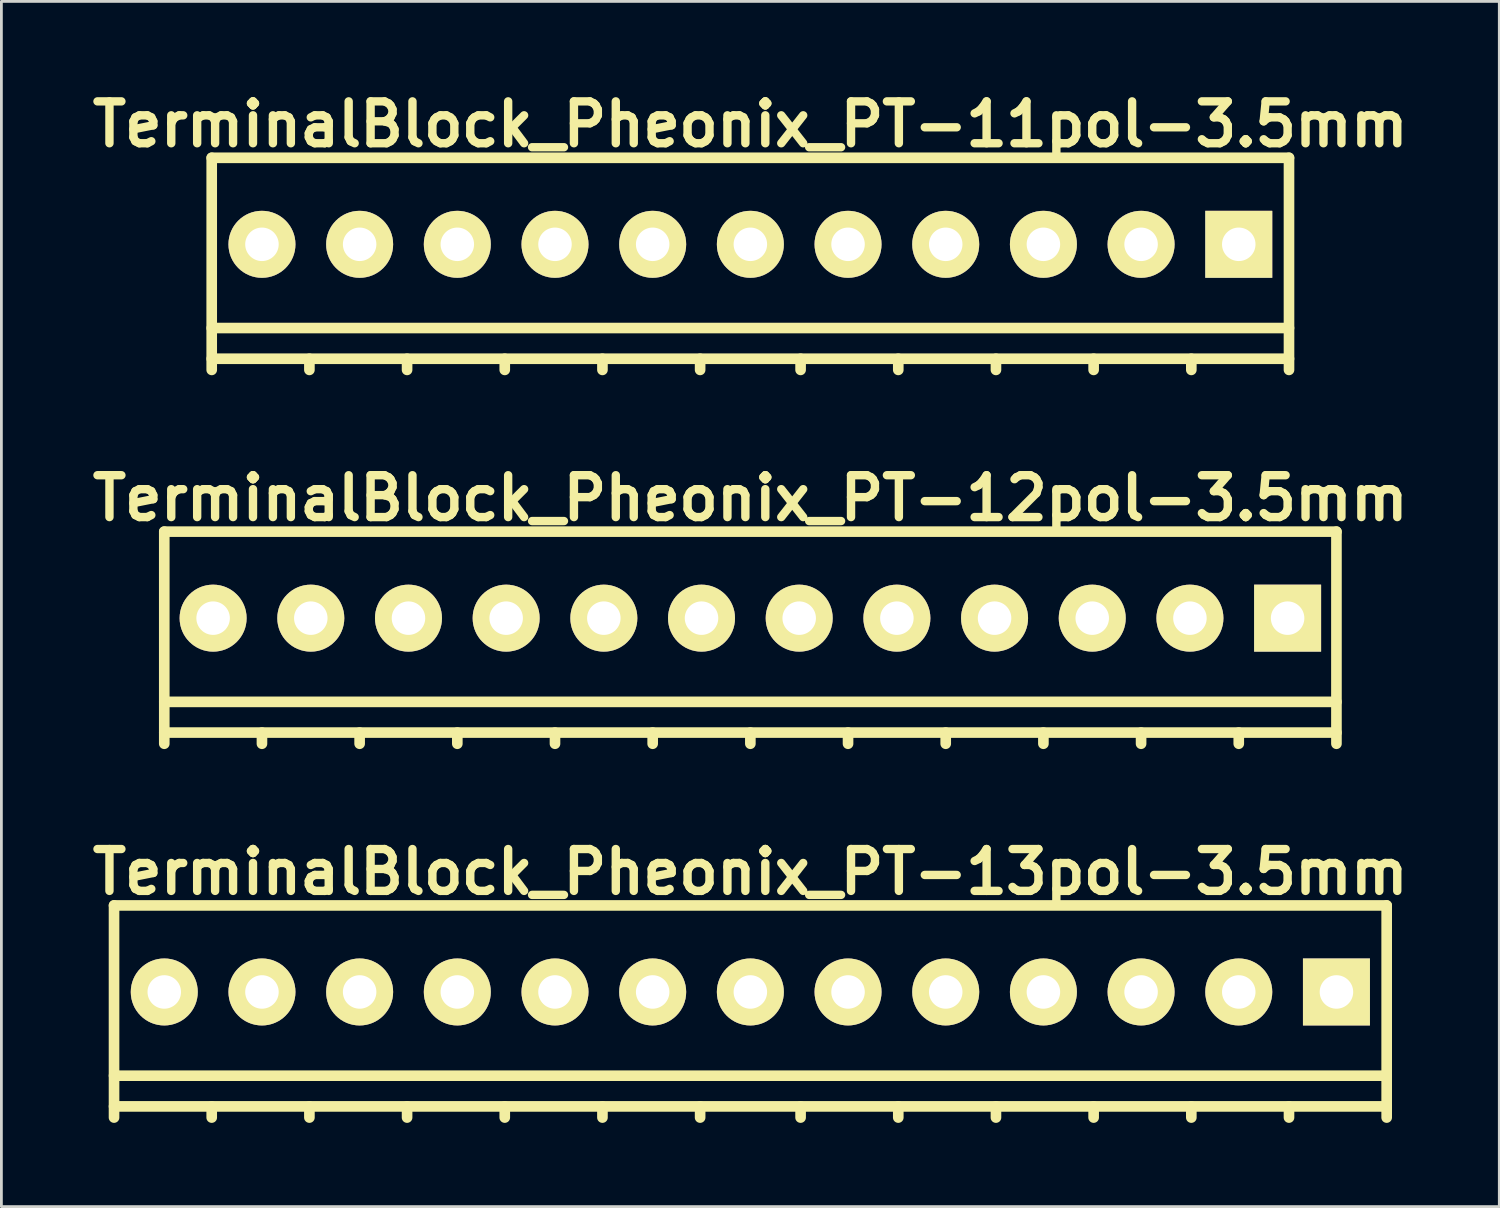
<source format=kicad_pcb>
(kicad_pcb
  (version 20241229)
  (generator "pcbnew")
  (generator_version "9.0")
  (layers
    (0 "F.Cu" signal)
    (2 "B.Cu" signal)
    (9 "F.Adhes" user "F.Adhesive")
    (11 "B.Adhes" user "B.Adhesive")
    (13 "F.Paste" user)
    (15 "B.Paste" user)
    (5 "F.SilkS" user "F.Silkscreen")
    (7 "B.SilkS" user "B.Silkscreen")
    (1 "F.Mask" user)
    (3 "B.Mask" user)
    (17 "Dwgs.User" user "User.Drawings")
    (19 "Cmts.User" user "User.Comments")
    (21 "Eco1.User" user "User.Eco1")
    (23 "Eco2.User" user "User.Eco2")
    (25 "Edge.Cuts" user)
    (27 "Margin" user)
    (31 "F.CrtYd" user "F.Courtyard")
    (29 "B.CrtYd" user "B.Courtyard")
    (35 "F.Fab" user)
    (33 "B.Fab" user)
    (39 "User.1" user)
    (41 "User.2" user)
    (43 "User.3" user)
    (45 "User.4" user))
  (footprint "TerminalBlock_Pheonix_PT-13pol-3.5mm"
    (layer "F.Cu")
    (at 23.836 33.193)
    (property "Reference" "TerminalBlock_Pheonix_PT-13pol-3.5mm" (at 0 -5 0) (layer "F.SilkS") (effects (font (size 1.5 1.5) (thickness 0.3))))
    (attr through_hole)
    (fp_line (start -22.8 -3.8) (end -22.8 3.8) (stroke (width 0.381) (type solid)) (layer "F.SilkS"))
    (fp_line (start -22.8 2.3) (end 22.8 2.3) (stroke (width 0.381) (type solid)) (layer "F.SilkS"))
    (fp_line (start -22.8 3.4) (end 22.8 3.4) (stroke (width 0.381) (type solid)) (layer "F.SilkS"))
    (fp_line (start -19.3 3.4) (end -19.3 3.8) (stroke (width 0.381) (type solid)) (layer "F.SilkS"))
    (fp_line (start -15.8 3.4) (end -15.8 3.8) (stroke (width 0.381) (type solid)) (layer "F.SilkS"))
    (fp_line (start -12.3 3.4) (end -12.3 3.8) (stroke (width 0.381) (type solid)) (layer "F.SilkS"))
    (fp_line (start -8.8 3.4) (end -8.8 3.8) (stroke (width 0.381) (type solid)) (layer "F.SilkS"))
    (fp_line (start -5.3 3.4) (end -5.3 3.8) (stroke (width 0.381) (type solid)) (layer "F.SilkS"))
    (fp_line (start -1.8 3.4) (end -1.8 3.8) (stroke (width 0.381) (type solid)) (layer "F.SilkS"))
    (fp_line (start 1.8 3.4) (end 1.8 3.8) (stroke (width 0.381) (type solid)) (layer "F.SilkS"))
    (fp_line (start 5.3 3.4) (end 5.3 3.8) (stroke (width 0.381) (type solid)) (layer "F.SilkS"))
    (fp_line (start 8.8 3.4) (end 8.8 3.8) (stroke (width 0.381) (type solid)) (layer "F.SilkS"))
    (fp_line (start 12.3 3.4) (end 12.3 3.8) (stroke (width 0.381) (type solid)) (layer "F.SilkS"))
    (fp_line (start 15.8 3.4) (end 15.8 3.8) (stroke (width 0.381) (type solid)) (layer "F.SilkS"))
    (fp_line (start 19.3 3.4) (end 19.3 3.8) (stroke (width 0.381) (type solid)) (layer "F.SilkS"))
    (fp_line (start 22.8 -3.8) (end -22.8 -3.8) (stroke (width 0.381) (type solid)) (layer "F.SilkS"))
    (fp_line (start 22.8 3.8) (end 22.8 -3.8) (stroke (width 0.381) (type solid)) (layer "F.SilkS"))
    (pad "1" thru_hole rect (at 21 -0.7) (size 2.4 2.4) (drill 1.2) (layers "*.Cu" "*.Mask" "F.SilkS"))
    (pad "2" thru_hole circle (at 17.5 -0.7) (size 2.4 2.4) (drill 1.2) (layers "*.Cu" "*.Mask" "F.SilkS"))
    (pad "3" thru_hole circle (at 14 -0.7) (size 2.4 2.4) (drill 1.2) (layers "*.Cu" "*.Mask" "F.SilkS"))
    (pad "4" thru_hole circle (at 10.5 -0.7) (size 2.4 2.4) (drill 1.2) (layers "*.Cu" "*.Mask" "F.SilkS"))
    (pad "5" thru_hole circle (at 7 -0.7) (size 2.4 2.4) (drill 1.2) (layers "*.Cu" "*.Mask" "F.SilkS"))
    (pad "6" thru_hole circle (at 3.5 -0.7) (size 2.4 2.4) (drill 1.2) (layers "*.Cu" "*.Mask" "F.SilkS"))
    (pad "7" thru_hole circle (at 0 -0.7) (size 2.4 2.4) (drill 1.2) (layers "*.Cu" "*.Mask" "F.SilkS"))
    (pad "8" thru_hole circle (at -3.5 -0.7) (size 2.4 2.4) (drill 1.2) (layers "*.Cu" "*.Mask" "F.SilkS"))
    (pad "9" thru_hole circle (at -7 -0.7) (size 2.4 2.4) (drill 1.2) (layers "*.Cu" "*.Mask" "F.SilkS"))
    (pad "10" thru_hole circle (at -10.5 -0.7) (size 2.4 2.4) (drill 1.2) (layers "*.Cu" "*.Mask" "F.SilkS"))
    (pad "11" thru_hole circle (at -14 -0.7) (size 2.4 2.4) (drill 1.2) (layers "*.Cu" "*.Mask" "F.SilkS"))
    (pad "12" thru_hole circle (at -17.5 -0.7) (size 2.4 2.4) (drill 1.2) (layers "*.Cu" "*.Mask" "F.SilkS"))
    (pad "13" thru_hole circle (at -21 -0.7) (size 2.4 2.4) (drill 1.2) (layers "*.Cu" "*.Mask" "F.SilkS")))
  (footprint "TerminalBlock_Pheonix_PT-11pol-3.5mm"
    (layer "F.Cu")
    (at 23.836 6.404)
    (property "Reference" "TerminalBlock_Pheonix_PT-11pol-3.5mm" (at 0 -5 0) (layer "F.SilkS") (effects (font (size 1.5 1.5) (thickness 0.3))))
    (attr through_hole)
    (fp_line (start -19.3 -3.8) (end -19.3 3.8) (stroke (width 0.381) (type solid)) (layer "F.SilkS"))
    (fp_line (start -19.3 2.3) (end 19.3 2.3) (stroke (width 0.381) (type solid)) (layer "F.SilkS"))
    (fp_line (start -19.3 3.4) (end 19.3 3.4) (stroke (width 0.381) (type solid)) (layer "F.SilkS"))
    (fp_line (start -15.8 3.4) (end -15.8 3.8) (stroke (width 0.381) (type solid)) (layer "F.SilkS"))
    (fp_line (start -12.3 3.4) (end -12.3 3.8) (stroke (width 0.381) (type solid)) (layer "F.SilkS"))
    (fp_line (start -8.8 3.4) (end -8.8 3.8) (stroke (width 0.381) (type solid)) (layer "F.SilkS"))
    (fp_line (start -5.3 3.4) (end -5.3 3.8) (stroke (width 0.381) (type solid)) (layer "F.SilkS"))
    (fp_line (start -1.8 3.4) (end -1.8 3.8) (stroke (width 0.381) (type solid)) (layer "F.SilkS"))
    (fp_line (start 1.8 3.4) (end 1.8 3.8) (stroke (width 0.381) (type solid)) (layer "F.SilkS"))
    (fp_line (start 5.3 3.4) (end 5.3 3.8) (stroke (width 0.381) (type solid)) (layer "F.SilkS"))
    (fp_line (start 8.8 3.4) (end 8.8 3.8) (stroke (width 0.381) (type solid)) (layer "F.SilkS"))
    (fp_line (start 12.3 3.4) (end 12.3 3.8) (stroke (width 0.381) (type solid)) (layer "F.SilkS"))
    (fp_line (start 15.8 3.4) (end 15.8 3.8) (stroke (width 0.381) (type solid)) (layer "F.SilkS"))
    (fp_line (start 19.3 -3.8) (end -19.3 -3.8) (stroke (width 0.381) (type solid)) (layer "F.SilkS"))
    (fp_line (start 19.3 3.8) (end 19.3 -3.8) (stroke (width 0.381) (type solid)) (layer "F.SilkS"))
    (pad "1" thru_hole rect (at 17.5 -0.7) (size 2.4 2.4) (drill 1.2) (layers "*.Cu" "*.Mask" "F.SilkS"))
    (pad "2" thru_hole circle (at 14 -0.7) (size 2.4 2.4) (drill 1.2) (layers "*.Cu" "*.Mask" "F.SilkS"))
    (pad "3" thru_hole circle (at 10.5 -0.7) (size 2.4 2.4) (drill 1.2) (layers "*.Cu" "*.Mask" "F.SilkS"))
    (pad "4" thru_hole circle (at 7 -0.7) (size 2.4 2.4) (drill 1.2) (layers "*.Cu" "*.Mask" "F.SilkS"))
    (pad "5" thru_hole circle (at 3.5 -0.7) (size 2.4 2.4) (drill 1.2) (layers "*.Cu" "*.Mask" "F.SilkS"))
    (pad "6" thru_hole circle (at 0 -0.7) (size 2.4 2.4) (drill 1.2) (layers "*.Cu" "*.Mask" "F.SilkS"))
    (pad "7" thru_hole circle (at -3.5 -0.7) (size 2.4 2.4) (drill 1.2) (layers "*.Cu" "*.Mask" "F.SilkS"))
    (pad "8" thru_hole circle (at -7 -0.7) (size 2.4 2.4) (drill 1.2) (layers "*.Cu" "*.Mask" "F.SilkS"))
    (pad "9" thru_hole circle (at -10.5 -0.7) (size 2.4 2.4) (drill 1.2) (layers "*.Cu" "*.Mask" "F.SilkS"))
    (pad "10" thru_hole circle (at -14 -0.7) (size 2.4 2.4) (drill 1.2) (layers "*.Cu" "*.Mask" "F.SilkS"))
    (pad "11" thru_hole circle (at -17.5 -0.7) (size 2.4 2.4) (drill 1.2) (layers "*.Cu" "*.Mask" "F.SilkS")))
  (footprint "TerminalBlock_Pheonix_PT-12pol-3.5mm"
    (layer "F.Cu")
    (at 23.836 19.799)
    (property "Reference" "TerminalBlock_Pheonix_PT-12pol-3.5mm" (at 0 -5 0) (layer "F.SilkS") (effects (font (size 1.5 1.5) (thickness 0.3))))
    (attr through_hole)
    (fp_line (start -21 -3.8) (end -21 3.8) (stroke (width 0.381) (type solid)) (layer "F.SilkS"))
    (fp_line (start -21 2.3) (end 21 2.3) (stroke (width 0.381) (type solid)) (layer "F.SilkS"))
    (fp_line (start -21 3.4) (end 21 3.4) (stroke (width 0.381) (type solid)) (layer "F.SilkS"))
    (fp_line (start -17.5 3.4) (end -17.5 3.8) (stroke (width 0.381) (type solid)) (layer "F.SilkS"))
    (fp_line (start -14 3.4) (end -14 3.8) (stroke (width 0.381) (type solid)) (layer "F.SilkS"))
    (fp_line (start -10.5 3.4) (end -10.5 3.8) (stroke (width 0.381) (type solid)) (layer "F.SilkS"))
    (fp_line (start -7 3.4) (end -7 3.8) (stroke (width 0.381) (type solid)) (layer "F.SilkS"))
    (fp_line (start -3.5 3.4) (end -3.5 3.8) (stroke (width 0.381) (type solid)) (layer "F.SilkS"))
    (fp_line (start 0 3.4) (end 0 3.8) (stroke (width 0.381) (type solid)) (layer "F.SilkS"))
    (fp_line (start 3.5 3.4) (end 3.5 3.8) (stroke (width 0.381) (type solid)) (layer "F.SilkS"))
    (fp_line (start 7 3.4) (end 7 3.8) (stroke (width 0.381) (type solid)) (layer "F.SilkS"))
    (fp_line (start 10.5 3.4) (end 10.5 3.8) (stroke (width 0.381) (type solid)) (layer "F.SilkS"))
    (fp_line (start 14 3.4) (end 14 3.8) (stroke (width 0.381) (type solid)) (layer "F.SilkS"))
    (fp_line (start 17.5 3.4) (end 17.5 3.8) (stroke (width 0.381) (type solid)) (layer "F.SilkS"))
    (fp_line (start 21 -3.8) (end -21 -3.8) (stroke (width 0.381) (type solid)) (layer "F.SilkS"))
    (fp_line (start 21 3.8) (end 21 -3.8) (stroke (width 0.381) (type solid)) (layer "F.SilkS"))
    (pad "1" thru_hole rect (at 19.25 -0.7) (size 2.4 2.4) (drill 1.2) (layers "*.Cu" "*.Mask" "F.SilkS"))
    (pad "2" thru_hole circle (at 15.75 -0.7) (size 2.4 2.4) (drill 1.2) (layers "*.Cu" "*.Mask" "F.SilkS"))
    (pad "3" thru_hole circle (at 12.25 -0.7) (size 2.4 2.4) (drill 1.2) (layers "*.Cu" "*.Mask" "F.SilkS"))
    (pad "4" thru_hole circle (at 8.75 -0.7) (size 2.4 2.4) (drill 1.2) (layers "*.Cu" "*.Mask" "F.SilkS"))
    (pad "5" thru_hole circle (at 5.25 -0.7) (size 2.4 2.4) (drill 1.2) (layers "*.Cu" "*.Mask" "F.SilkS"))
    (pad "6" thru_hole circle (at 1.75 -0.7) (size 2.4 2.4) (drill 1.2) (layers "*.Cu" "*.Mask" "F.SilkS"))
    (pad "7" thru_hole circle (at -1.75 -0.7) (size 2.4 2.4) (drill 1.2) (layers "*.Cu" "*.Mask" "F.SilkS"))
    (pad "8" thru_hole circle (at -5.25 -0.7) (size 2.4 2.4) (drill 1.2) (layers "*.Cu" "*.Mask" "F.SilkS"))
    (pad "9" thru_hole circle (at -8.75 -0.7) (size 2.4 2.4) (drill 1.2) (layers "*.Cu" "*.Mask" "F.SilkS"))
    (pad "10" thru_hole circle (at -12.25 -0.7) (size 2.4 2.4) (drill 1.2) (layers "*.Cu" "*.Mask" "F.SilkS"))
    (pad "11" thru_hole circle (at -15.75 -0.7) (size 2.4 2.4) (drill 1.2) (layers "*.Cu" "*.Mask" "F.SilkS"))
    (pad "12" thru_hole circle (at -19.25 -0.7) (size 2.4 2.4) (drill 1.2) (layers "*.Cu" "*.Mask" "F.SilkS")))
  (gr_rect
    (start -3 -3)
    (end 50.671 40.184)
    (stroke (width 0.1) (type default))
    (fill no)
    (layer "Edge.Cuts")))
</source>
